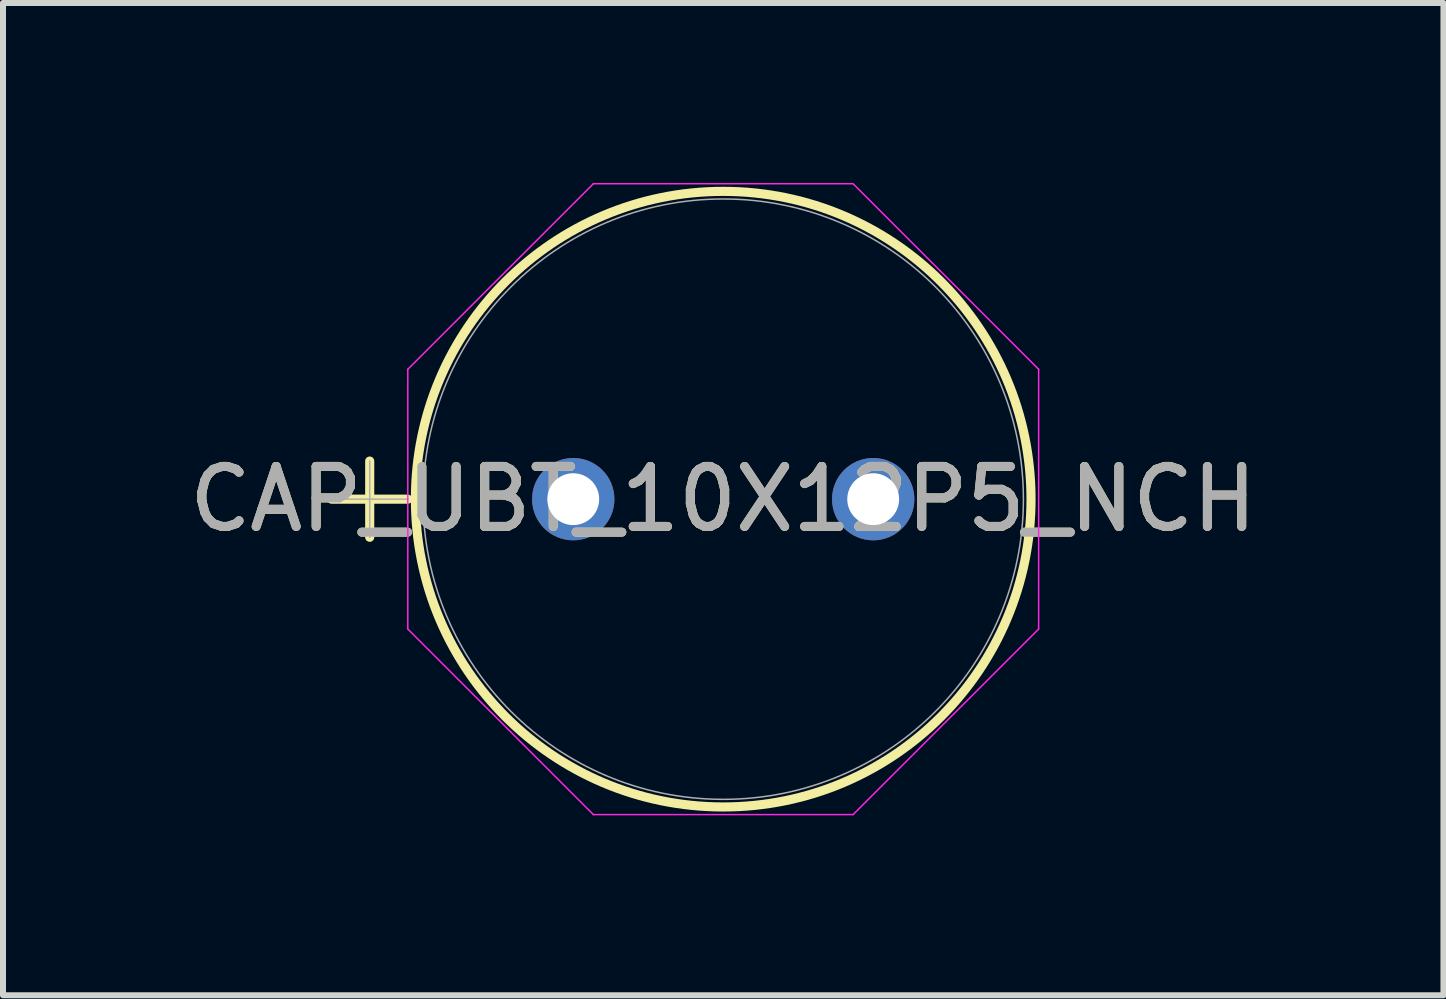
<source format=kicad_pcb>
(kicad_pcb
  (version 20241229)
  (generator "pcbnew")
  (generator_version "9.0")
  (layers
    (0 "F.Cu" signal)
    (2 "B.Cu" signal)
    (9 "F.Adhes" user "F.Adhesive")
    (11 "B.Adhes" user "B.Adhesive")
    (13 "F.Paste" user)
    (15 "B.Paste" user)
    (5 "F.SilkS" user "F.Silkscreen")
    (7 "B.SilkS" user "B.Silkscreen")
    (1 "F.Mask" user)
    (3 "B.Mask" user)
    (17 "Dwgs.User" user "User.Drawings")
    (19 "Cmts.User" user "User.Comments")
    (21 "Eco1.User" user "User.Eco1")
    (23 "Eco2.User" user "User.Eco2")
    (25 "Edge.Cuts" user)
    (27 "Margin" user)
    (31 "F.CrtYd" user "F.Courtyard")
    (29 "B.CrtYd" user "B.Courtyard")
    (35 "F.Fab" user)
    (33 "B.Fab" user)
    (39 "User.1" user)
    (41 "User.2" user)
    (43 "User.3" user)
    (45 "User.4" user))
  (footprint "CAP_UBT_10X12P5_NCH"
    (layer "F.Cu")
    (at 6.506 5.271)
    (property "Reference" "CAP_UBT_10X12P5_NCH" (at 2.5 0 0) (unlocked yes) (layer "F.SilkS") (effects (font (size 1 1) (thickness 0.15))))
    (attr through_hole)
    (fp_line (start -4.028 0) (end -2.758 0) (stroke (width 0.152) (type solid)) (layer "F.SilkS"))
    (fp_line (start -3.393 -0.635) (end -3.393 0.635) (stroke (width 0.152) (type solid)) (layer "F.SilkS"))
    (fp_circle (center 2.5 0) (end 7.631 0) (stroke (width 0.152) (type solid)) (fill no) (layer "F.SilkS"))
    (fp_line (start -2.758 -2.165) (end 0.335 -5.258) (stroke (width 0.025) (type solid)) (layer "F.CrtYd"))
    (fp_line (start -2.758 2.165) (end -2.758 -2.165) (stroke (width 0.025) (type solid)) (layer "F.CrtYd"))
    (fp_line (start 0.335 -5.258) (end 4.665 -5.258) (stroke (width 0.025) (type solid)) (layer "F.CrtYd"))
    (fp_line (start 0.335 5.258) (end -2.758 2.165) (stroke (width 0.025) (type solid)) (layer "F.CrtYd"))
    (fp_line (start 4.665 -5.258) (end 7.758 -2.165) (stroke (width 0.025) (type solid)) (layer "F.CrtYd"))
    (fp_line (start 4.665 5.258) (end 0.335 5.258) (stroke (width 0.025) (type solid)) (layer "F.CrtYd"))
    (fp_line (start 7.758 -2.165) (end 7.758 2.165) (stroke (width 0.025) (type solid)) (layer "F.CrtYd"))
    (fp_line (start 7.758 2.165) (end 4.665 5.258) (stroke (width 0.025) (type solid)) (layer "F.CrtYd"))
    (fp_line (start -4.028 0) (end -2.758 0) (stroke (width 0.025) (type solid)) (layer "F.Fab"))
    (fp_line (start -3.393 -0.635) (end -3.393 0.635) (stroke (width 0.025) (type solid)) (layer "F.Fab"))
    (fp_circle (center 2.5 0) (end 7.504 0) (stroke (width 0.025) (type solid)) (fill no) (layer "F.Fab"))
    (fp_text user "${REFERENCE}" (at 2.5 0 0) (unlocked yes) (layer "F.Fab") (effects (font (size 1 1) (thickness 0.15))))
    (pad "1" thru_hole circle (at 0 0) (size 1.372 1.372) (drill 0.864) (layers "*.Cu" "*.Mask"))
    (pad "2" thru_hole circle (at 5 0) (size 1.372 1.372) (drill 0.864) (layers "*.Cu" "*.Mask")))
  (gr_rect
    (start -3 -3)
    (end 21.012 13.541)
    (stroke (width 0.1) (type default))
    (fill no)
    (layer "Edge.Cuts")))
</source>
